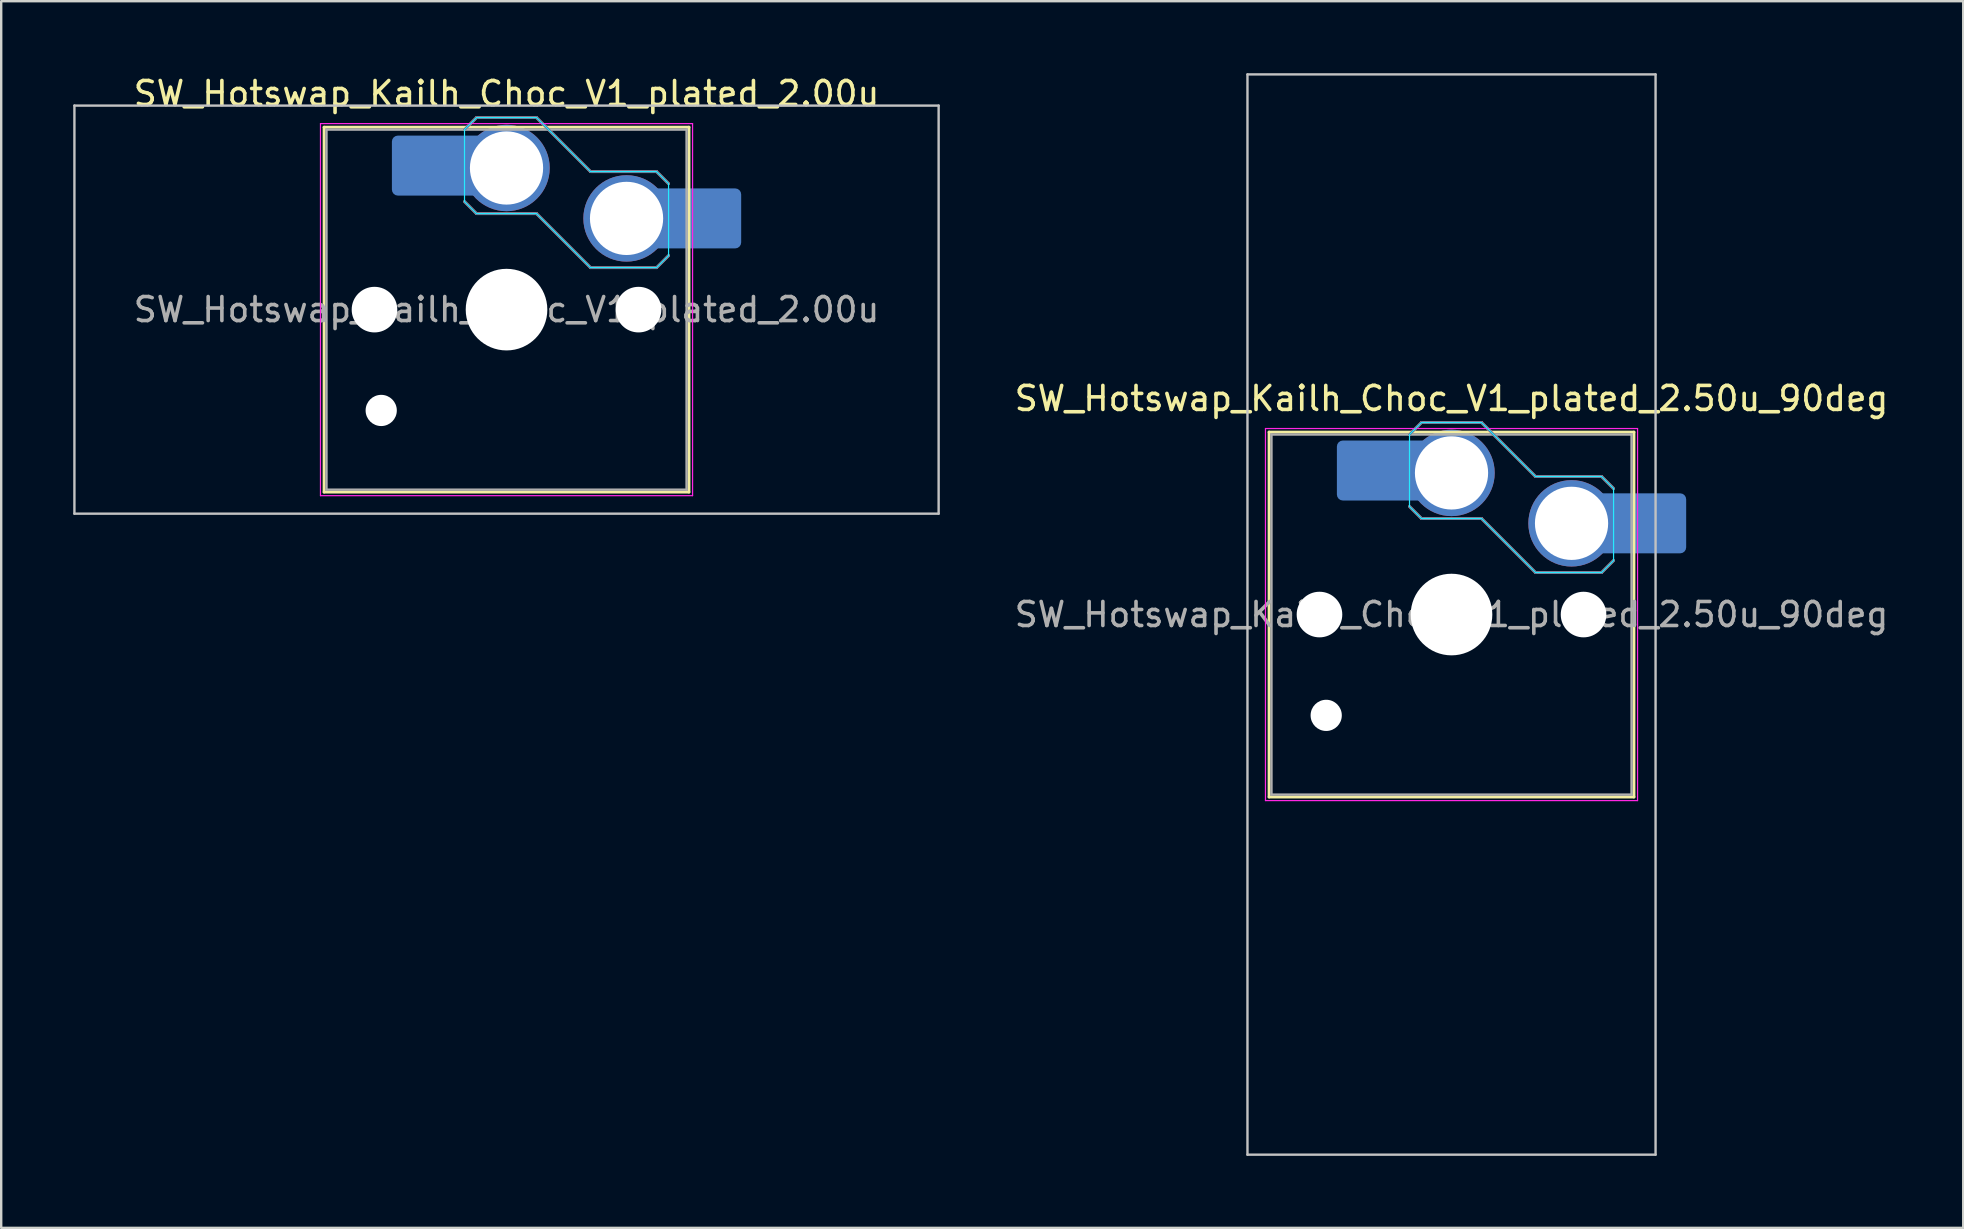
<source format=kicad_pcb>
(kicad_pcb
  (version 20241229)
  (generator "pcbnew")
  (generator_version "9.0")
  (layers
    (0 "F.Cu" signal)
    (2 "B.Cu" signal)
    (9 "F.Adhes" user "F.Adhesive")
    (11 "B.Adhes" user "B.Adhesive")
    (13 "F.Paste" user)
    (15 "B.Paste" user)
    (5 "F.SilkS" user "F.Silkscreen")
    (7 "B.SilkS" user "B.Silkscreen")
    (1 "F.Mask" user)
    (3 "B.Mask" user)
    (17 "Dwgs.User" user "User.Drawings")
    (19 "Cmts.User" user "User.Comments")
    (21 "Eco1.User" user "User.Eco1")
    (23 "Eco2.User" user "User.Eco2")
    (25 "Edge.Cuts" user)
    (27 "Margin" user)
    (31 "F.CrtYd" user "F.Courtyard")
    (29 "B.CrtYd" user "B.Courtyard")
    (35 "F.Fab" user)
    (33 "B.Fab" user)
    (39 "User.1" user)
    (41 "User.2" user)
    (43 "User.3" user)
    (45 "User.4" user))
  (footprint "SW_Hotswap_Kailh_Choc_V1_plated_2.00u"
    (layer "F.Cu")
    (at 18.05 9.848)
    (property "Reference" "SW_Hotswap_Kailh_Choc_V1_plated_2.00u" (at 0 -9 0) (layer "F.SilkS") (effects (font (size 1 1) (thickness 0.15))))
    (attr smd)
    (fp_line (start -7.6 -7.6) (end -7.6 7.6) (stroke (width 0.12) (type solid)) (layer "F.SilkS"))
    (fp_line (start -7.6 7.6) (end 7.6 7.6) (stroke (width 0.12) (type solid)) (layer "F.SilkS"))
    (fp_line (start 7.6 -7.6) (end -7.6 -7.6) (stroke (width 0.12) (type solid)) (layer "F.SilkS"))
    (fp_line (start 7.6 7.6) (end 7.6 -7.6) (stroke (width 0.12) (type solid)) (layer "F.SilkS"))
    (fp_line (start -1.75 -7.5) (end -1.25 -8) (stroke (width 0.12) (type solid)) (layer "B.SilkS"))
    (fp_line (start -1.25 -8) (end 1.25 -8) (stroke (width 0.12) (type solid)) (layer "B.SilkS"))
    (fp_line (start -1.25 -4) (end -1.75 -4.5) (stroke (width 0.12) (type solid)) (layer "B.SilkS"))
    (fp_line (start 1.25 -8) (end 3.5 -5.75) (stroke (width 0.12) (type solid)) (layer "B.SilkS"))
    (fp_line (start 1.25 -4) (end -1.25 -4) (stroke (width 0.12) (type solid)) (layer "B.SilkS"))
    (fp_line (start 3.5 -5.75) (end 6.25 -5.75) (stroke (width 0.12) (type solid)) (layer "B.SilkS"))
    (fp_line (start 3.5 -1.75) (end 1.25 -4) (stroke (width 0.12) (type solid)) (layer "B.SilkS"))
    (fp_line (start 6.25 -5.75) (end 6.75 -5.25) (stroke (width 0.12) (type solid)) (layer "B.SilkS"))
    (fp_line (start 6.25 -1.75) (end 3.5 -1.75) (stroke (width 0.12) (type solid)) (layer "B.SilkS"))
    (fp_line (start 6.75 -2.25) (end 6.25 -1.75) (stroke (width 0.12) (type solid)) (layer "B.SilkS"))
    (fp_line (start -18 -8.5) (end -18 8.5) (stroke (width 0.1) (type solid)) (layer "Dwgs.User"))
    (fp_line (start -18 8.5) (end 18 8.5) (stroke (width 0.1) (type solid)) (layer "Dwgs.User"))
    (fp_line (start 18 -8.5) (end -18 -8.5) (stroke (width 0.1) (type solid)) (layer "Dwgs.User"))
    (fp_line (start 18 8.5) (end 18 -8.5) (stroke (width 0.1) (type solid)) (layer "Dwgs.User"))
    (fp_line (start -7.25 -7.25) (end -7.25 7.25) (stroke (width 0.1) (type solid)) (layer "Eco1.User"))
    (fp_line (start -7.25 7.25) (end 7.25 7.25) (stroke (width 0.1) (type solid)) (layer "Eco1.User"))
    (fp_line (start 7.25 -7.25) (end -7.25 -7.25) (stroke (width 0.1) (type solid)) (layer "Eco1.User"))
    (fp_line (start 7.25 7.25) (end 7.25 -7.25) (stroke (width 0.1) (type solid)) (layer "Eco1.User"))
    (fp_line (start -1.75 -7.5) (end -1.25 -8) (stroke (width 0.05) (type solid)) (layer "B.CrtYd"))
    (fp_line (start -1.75 -4.5) (end -1.75 -7.5) (stroke (width 0.05) (type solid)) (layer "B.CrtYd"))
    (fp_line (start -1.25 -8) (end 1.25 -8) (stroke (width 0.05) (type solid)) (layer "B.CrtYd"))
    (fp_line (start -1.25 -4) (end -1.75 -4.5) (stroke (width 0.05) (type solid)) (layer "B.CrtYd"))
    (fp_line (start 1.25 -8) (end 3.5 -5.75) (stroke (width 0.05) (type solid)) (layer "B.CrtYd"))
    (fp_line (start 1.25 -4) (end -1.25 -4) (stroke (width 0.05) (type solid)) (layer "B.CrtYd"))
    (fp_line (start 3.5 -5.75) (end 6.25 -5.75) (stroke (width 0.05) (type solid)) (layer "B.CrtYd"))
    (fp_line (start 3.5 -1.75) (end 1.25 -4) (stroke (width 0.05) (type solid)) (layer "B.CrtYd"))
    (fp_line (start 6.25 -5.75) (end 6.75 -5.25) (stroke (width 0.05) (type solid)) (layer "B.CrtYd"))
    (fp_line (start 6.25 -1.75) (end 3.5 -1.75) (stroke (width 0.05) (type solid)) (layer "B.CrtYd"))
    (fp_line (start 6.75 -5.25) (end 6.75 -2.25) (stroke (width 0.05) (type solid)) (layer "B.CrtYd"))
    (fp_line (start 6.75 -2.25) (end 6.25 -1.75) (stroke (width 0.05) (type solid)) (layer "B.CrtYd"))
    (fp_line (start -7.75 -7.75) (end -7.75 7.75) (stroke (width 0.05) (type solid)) (layer "F.CrtYd"))
    (fp_line (start -7.75 7.75) (end 7.75 7.75) (stroke (width 0.05) (type solid)) (layer "F.CrtYd"))
    (fp_line (start 7.75 -7.75) (end -7.75 -7.75) (stroke (width 0.05) (type solid)) (layer "F.CrtYd"))
    (fp_line (start 7.75 7.75) (end 7.75 -7.75) (stroke (width 0.05) (type solid)) (layer "F.CrtYd"))
    (fp_line (start -1.75 -7.5) (end -1.25 -8) (stroke (width 0.1) (type solid)) (layer "B.Fab"))
    (fp_line (start -1.25 -8) (end 1.25 -8) (stroke (width 0.1) (type solid)) (layer "B.Fab"))
    (fp_line (start -1.25 -4) (end -1.75 -4.5) (stroke (width 0.1) (type solid)) (layer "B.Fab"))
    (fp_line (start 1.25 -8) (end 3.5 -5.75) (stroke (width 0.1) (type solid)) (layer "B.Fab"))
    (fp_line (start 1.25 -4) (end -1.25 -4) (stroke (width 0.1) (type solid)) (layer "B.Fab"))
    (fp_line (start 3.5 -5.75) (end 6.25 -5.75) (stroke (width 0.1) (type solid)) (layer "B.Fab"))
    (fp_line (start 3.5 -1.75) (end 1.25 -4) (stroke (width 0.1) (type solid)) (layer "B.Fab"))
    (fp_line (start 6.25 -5.75) (end 6.75 -5.25) (stroke (width 0.1) (type solid)) (layer "B.Fab"))
    (fp_line (start 6.25 -1.75) (end 3.5 -1.75) (stroke (width 0.1) (type solid)) (layer "B.Fab"))
    (fp_line (start 6.75 -2.25) (end 6.25 -1.75) (stroke (width 0.1) (type solid)) (layer "B.Fab"))
    (fp_line (start -7.5 -7.5) (end -7.5 7.5) (stroke (width 0.1) (type solid)) (layer "F.Fab"))
    (fp_line (start -7.5 7.5) (end 7.5 7.5) (stroke (width 0.1) (type solid)) (layer "F.Fab"))
    (fp_line (start 7.5 -7.5) (end -7.5 -7.5) (stroke (width 0.1) (type solid)) (layer "F.Fab"))
    (fp_line (start 7.5 7.5) (end 7.5 -7.5) (stroke (width 0.1) (type solid)) (layer "F.Fab"))
    (fp_text user "${REFERENCE}" (at 0 0 0) (layer "F.Fab") (effects (font (size 1 1) (thickness 0.15))))
    (pad "" np_thru_hole circle (at -5.5 0) (size 1.9 1.9) (drill 1.9) (layers "*.Cu" "*.Mask"))
    (pad "" np_thru_hole circle (at -5.22 4.2) (size 1.3 1.3) (drill 1.3) (layers "*.Cu" "*.Mask"))
    (pad "" smd roundrect (at -3.5 -6) (size 2.55 2.5) (layers "B.Mask" "B.Paste") (roundrect_rratio 0.1))
    (pad "" np_thru_hole circle (at 0 0) (size 3.4 3.4) (drill 3.4) (layers "*.Cu" "*.Mask"))
    (pad "" np_thru_hole circle (at 5.5 0) (size 1.9 1.9) (drill 1.9) (layers "*.Cu" "*.Mask"))
    (pad "" smd roundrect (at 8.5 -3.8) (size 2.55 2.5) (layers "B.Mask" "B.Paste") (roundrect_rratio 0.1))
    (pad "1" smd roundrect (at -2.85 -6) (size 3.85 2.5) (layers "B.Cu") (roundrect_rratio 0.1))
    (pad "1" thru_hole circle (at 0 -5.9) (size 3.6 3.6) (drill 3.05) (layers "*.Cu" "B.Mask"))
    (pad "2" thru_hole circle (at 5 -3.8) (size 3.6 3.6) (drill 3.05) (layers "*.Cu" "B.Mask"))
    (pad "2" smd roundrect (at 7.85 -3.8) (size 3.85 2.5) (layers "B.Cu") (roundrect_rratio 0.1)))
  (footprint "SW_Hotswap_Kailh_Choc_V1_plated_2.50u_90deg"
    (layer "F.Cu")
    (at 57.415 22.55)
    (property "Reference" "SW_Hotswap_Kailh_Choc_V1_plated_2.50u_90deg" (at 0 -9 0) (layer "F.SilkS") (effects (font (size 1 1) (thickness 0.15))))
    (attr smd)
    (fp_line (start -7.6 -7.6) (end -7.6 7.6) (stroke (width 0.12) (type solid)) (layer "F.SilkS"))
    (fp_line (start -7.6 7.6) (end 7.6 7.6) (stroke (width 0.12) (type solid)) (layer "F.SilkS"))
    (fp_line (start 7.6 -7.6) (end -7.6 -7.6) (stroke (width 0.12) (type solid)) (layer "F.SilkS"))
    (fp_line (start 7.6 7.6) (end 7.6 -7.6) (stroke (width 0.12) (type solid)) (layer "F.SilkS"))
    (fp_line (start -1.75 -7.5) (end -1.25 -8) (stroke (width 0.12) (type solid)) (layer "B.SilkS"))
    (fp_line (start -1.25 -8) (end 1.25 -8) (stroke (width 0.12) (type solid)) (layer "B.SilkS"))
    (fp_line (start -1.25 -4) (end -1.75 -4.5) (stroke (width 0.12) (type solid)) (layer "B.SilkS"))
    (fp_line (start 1.25 -8) (end 3.5 -5.75) (stroke (width 0.12) (type solid)) (layer "B.SilkS"))
    (fp_line (start 1.25 -4) (end -1.25 -4) (stroke (width 0.12) (type solid)) (layer "B.SilkS"))
    (fp_line (start 3.5 -5.75) (end 6.25 -5.75) (stroke (width 0.12) (type solid)) (layer "B.SilkS"))
    (fp_line (start 3.5 -1.75) (end 1.25 -4) (stroke (width 0.12) (type solid)) (layer "B.SilkS"))
    (fp_line (start 6.25 -5.75) (end 6.75 -5.25) (stroke (width 0.12) (type solid)) (layer "B.SilkS"))
    (fp_line (start 6.25 -1.75) (end 3.5 -1.75) (stroke (width 0.12) (type solid)) (layer "B.SilkS"))
    (fp_line (start 6.75 -2.25) (end 6.25 -1.75) (stroke (width 0.12) (type solid)) (layer "B.SilkS"))
    (fp_line (start -8.5 -22.5) (end 8.5 -22.5) (stroke (width 0.1) (type solid)) (layer "Dwgs.User"))
    (fp_line (start -8.5 22.5) (end -8.5 -22.5) (stroke (width 0.1) (type solid)) (layer "Dwgs.User"))
    (fp_line (start 8.5 -22.5) (end 8.5 22.5) (stroke (width 0.1) (type solid)) (layer "Dwgs.User"))
    (fp_line (start 8.5 22.5) (end -8.5 22.5) (stroke (width 0.1) (type solid)) (layer "Dwgs.User"))
    (fp_line (start -7.25 -7.25) (end -7.25 7.25) (stroke (width 0.1) (type solid)) (layer "Eco1.User"))
    (fp_line (start -7.25 7.25) (end 7.25 7.25) (stroke (width 0.1) (type solid)) (layer "Eco1.User"))
    (fp_line (start 7.25 -7.25) (end -7.25 -7.25) (stroke (width 0.1) (type solid)) (layer "Eco1.User"))
    (fp_line (start 7.25 7.25) (end 7.25 -7.25) (stroke (width 0.1) (type solid)) (layer "Eco1.User"))
    (fp_line (start -1.75 -7.5) (end -1.25 -8) (stroke (width 0.05) (type solid)) (layer "B.CrtYd"))
    (fp_line (start -1.75 -4.5) (end -1.75 -7.5) (stroke (width 0.05) (type solid)) (layer "B.CrtYd"))
    (fp_line (start -1.25 -8) (end 1.25 -8) (stroke (width 0.05) (type solid)) (layer "B.CrtYd"))
    (fp_line (start -1.25 -4) (end -1.75 -4.5) (stroke (width 0.05) (type solid)) (layer "B.CrtYd"))
    (fp_line (start 1.25 -8) (end 3.5 -5.75) (stroke (width 0.05) (type solid)) (layer "B.CrtYd"))
    (fp_line (start 1.25 -4) (end -1.25 -4) (stroke (width 0.05) (type solid)) (layer "B.CrtYd"))
    (fp_line (start 3.5 -5.75) (end 6.25 -5.75) (stroke (width 0.05) (type solid)) (layer "B.CrtYd"))
    (fp_line (start 3.5 -1.75) (end 1.25 -4) (stroke (width 0.05) (type solid)) (layer "B.CrtYd"))
    (fp_line (start 6.25 -5.75) (end 6.75 -5.25) (stroke (width 0.05) (type solid)) (layer "B.CrtYd"))
    (fp_line (start 6.25 -1.75) (end 3.5 -1.75) (stroke (width 0.05) (type solid)) (layer "B.CrtYd"))
    (fp_line (start 6.75 -5.25) (end 6.75 -2.25) (stroke (width 0.05) (type solid)) (layer "B.CrtYd"))
    (fp_line (start 6.75 -2.25) (end 6.25 -1.75) (stroke (width 0.05) (type solid)) (layer "B.CrtYd"))
    (fp_line (start -7.75 -7.75) (end -7.75 7.75) (stroke (width 0.05) (type solid)) (layer "F.CrtYd"))
    (fp_line (start -7.75 7.75) (end 7.75 7.75) (stroke (width 0.05) (type solid)) (layer "F.CrtYd"))
    (fp_line (start 7.75 -7.75) (end -7.75 -7.75) (stroke (width 0.05) (type solid)) (layer "F.CrtYd"))
    (fp_line (start 7.75 7.75) (end 7.75 -7.75) (stroke (width 0.05) (type solid)) (layer "F.CrtYd"))
    (fp_line (start -1.75 -7.5) (end -1.25 -8) (stroke (width 0.1) (type solid)) (layer "B.Fab"))
    (fp_line (start -1.25 -8) (end 1.25 -8) (stroke (width 0.1) (type solid)) (layer "B.Fab"))
    (fp_line (start -1.25 -4) (end -1.75 -4.5) (stroke (width 0.1) (type solid)) (layer "B.Fab"))
    (fp_line (start 1.25 -8) (end 3.5 -5.75) (stroke (width 0.1) (type solid)) (layer "B.Fab"))
    (fp_line (start 1.25 -4) (end -1.25 -4) (stroke (width 0.1) (type solid)) (layer "B.Fab"))
    (fp_line (start 3.5 -5.75) (end 6.25 -5.75) (stroke (width 0.1) (type solid)) (layer "B.Fab"))
    (fp_line (start 3.5 -1.75) (end 1.25 -4) (stroke (width 0.1) (type solid)) (layer "B.Fab"))
    (fp_line (start 6.25 -5.75) (end 6.75 -5.25) (stroke (width 0.1) (type solid)) (layer "B.Fab"))
    (fp_line (start 6.25 -1.75) (end 3.5 -1.75) (stroke (width 0.1) (type solid)) (layer "B.Fab"))
    (fp_line (start 6.75 -2.25) (end 6.25 -1.75) (stroke (width 0.1) (type solid)) (layer "B.Fab"))
    (fp_line (start -7.5 -7.5) (end -7.5 7.5) (stroke (width 0.1) (type solid)) (layer "F.Fab"))
    (fp_line (start -7.5 7.5) (end 7.5 7.5) (stroke (width 0.1) (type solid)) (layer "F.Fab"))
    (fp_line (start 7.5 -7.5) (end -7.5 -7.5) (stroke (width 0.1) (type solid)) (layer "F.Fab"))
    (fp_line (start 7.5 7.5) (end 7.5 -7.5) (stroke (width 0.1) (type solid)) (layer "F.Fab"))
    (fp_text user "${REFERENCE}" (at 0 0 0) (layer "F.Fab") (effects (font (size 1 1) (thickness 0.15))))
    (pad "" np_thru_hole circle (at -5.5 0) (size 1.9 1.9) (drill 1.9) (layers "*.Cu" "*.Mask"))
    (pad "" np_thru_hole circle (at -5.22 4.2) (size 1.3 1.3) (drill 1.3) (layers "*.Cu" "*.Mask"))
    (pad "" smd roundrect (at -3.5 -6) (size 2.55 2.5) (layers "B.Mask" "B.Paste") (roundrect_rratio 0.1))
    (pad "" np_thru_hole circle (at 0 0) (size 3.4 3.4) (drill 3.4) (layers "*.Cu" "*.Mask"))
    (pad "" np_thru_hole circle (at 5.5 0) (size 1.9 1.9) (drill 1.9) (layers "*.Cu" "*.Mask"))
    (pad "" smd roundrect (at 8.5 -3.8) (size 2.55 2.5) (layers "B.Mask" "B.Paste") (roundrect_rratio 0.1))
    (pad "1" smd roundrect (at -2.85 -6) (size 3.85 2.5) (layers "B.Cu") (roundrect_rratio 0.1))
    (pad "1" thru_hole circle (at 0 -5.9) (size 3.6 3.6) (drill 3.05) (layers "*.Cu" "B.Mask"))
    (pad "2" thru_hole circle (at 5 -3.8) (size 3.6 3.6) (drill 3.05) (layers "*.Cu" "B.Mask"))
    (pad "2" smd roundrect (at 7.85 -3.8) (size 3.85 2.5) (layers "B.Cu") (roundrect_rratio 0.1)))
  (gr_rect
    (start -3 -3)
    (end 78.731 48.1)
    (stroke (width 0.1) (type default))
    (fill no)
    (layer "Edge.Cuts")))
</source>
